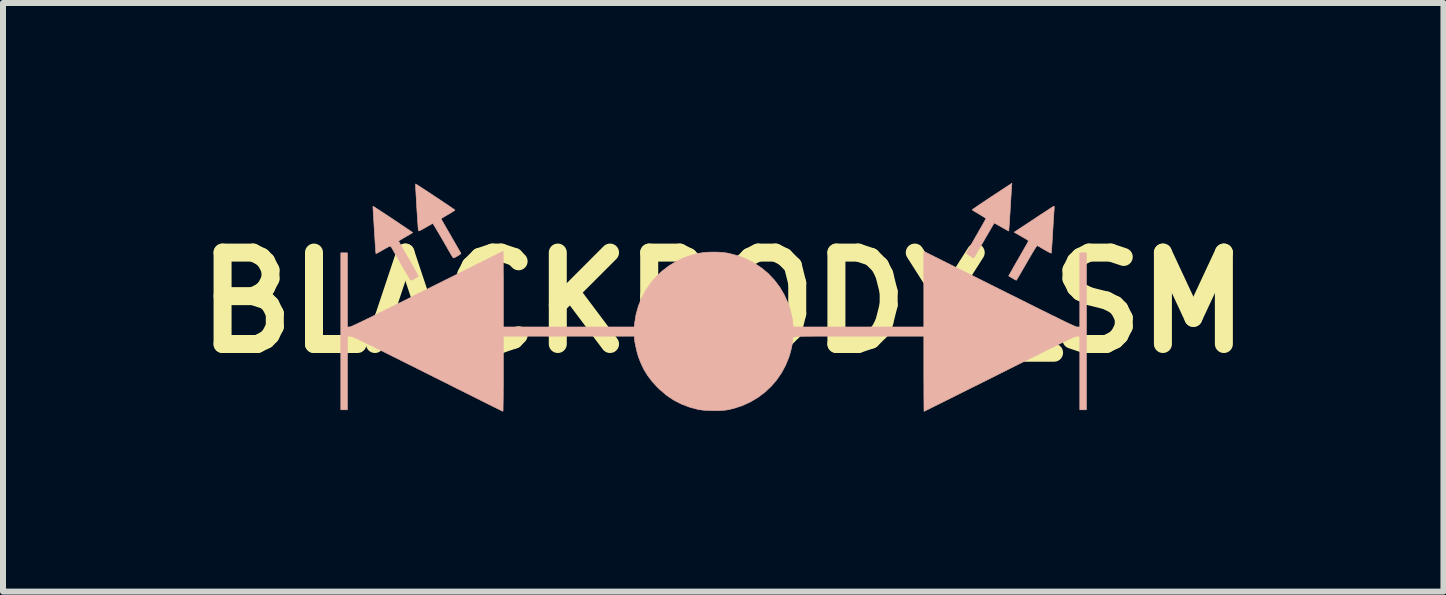
<source format=kicad_pcb>
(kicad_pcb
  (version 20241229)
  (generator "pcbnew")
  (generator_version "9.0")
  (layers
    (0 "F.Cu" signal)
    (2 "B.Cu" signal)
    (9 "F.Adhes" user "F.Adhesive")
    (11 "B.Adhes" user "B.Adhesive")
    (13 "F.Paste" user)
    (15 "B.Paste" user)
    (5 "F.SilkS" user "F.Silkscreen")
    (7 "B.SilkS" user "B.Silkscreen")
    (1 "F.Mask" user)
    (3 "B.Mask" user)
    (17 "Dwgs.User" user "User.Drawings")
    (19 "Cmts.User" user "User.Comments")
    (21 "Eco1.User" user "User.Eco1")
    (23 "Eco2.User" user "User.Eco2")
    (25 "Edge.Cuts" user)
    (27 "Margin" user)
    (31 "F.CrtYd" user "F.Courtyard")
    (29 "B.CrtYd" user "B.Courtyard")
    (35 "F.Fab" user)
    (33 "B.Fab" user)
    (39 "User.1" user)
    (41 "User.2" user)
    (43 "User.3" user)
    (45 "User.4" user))
  (footprint "BLACKBODY_SM"
    (layer "F.Cu")
    (at 9.006 1.995)
    (property "Reference" "BLACKBODY_SM" (at 0 0 0) (layer "F.SilkS") (effects (font (size 1.524 1.524) (thickness 0.3))))
    (attr through_hole)
    (fp_poly (pts (xy 4.807 -1.924) (xy 4.805 -1.901) (xy 4.803 -1.863) (xy 4.8 -1.813) (xy 4.796 -1.753) (xy 4.792 -1.685) (xy 4.788 -1.612) (xy 4.783 -1.536) (xy 4.783 -1.526) (xy 4.778 -1.453) (xy 4.774 -1.385) (xy 4.77 -1.325) (xy 4.766 -1.274) (xy 4.763 -1.234) (xy 4.761 -1.207) (xy 4.759 -1.194) (xy 4.758 -1.194) (xy 4.75 -1.198) (xy 4.729 -1.209) (xy 4.699 -1.226) (xy 4.662 -1.247) (xy 4.636 -1.262) (xy 4.596 -1.285) (xy 4.562 -1.304) (xy 4.536 -1.318) (xy 4.52 -1.326) (xy 4.516 -1.327) (xy 4.512 -1.32) (xy 4.5 -1.299) (xy 4.481 -1.267) (xy 4.457 -1.225) (xy 4.427 -1.174) (xy 4.394 -1.117) (xy 4.358 -1.055) (xy 4.348 -1.037) (xy 4.311 -0.974) (xy 4.277 -0.915) (xy 4.246 -0.863) (xy 4.22 -0.818) (xy 4.199 -0.783) (xy 4.184 -0.76) (xy 4.177 -0.748) (xy 4.176 -0.748) (xy 4.166 -0.751) (xy 4.146 -0.762) (xy 4.119 -0.777) (xy 4.111 -0.782) (xy 4.084 -0.799) (xy 4.064 -0.814) (xy 4.055 -0.824) (xy 4.054 -0.826) (xy 4.059 -0.835) (xy 4.071 -0.857) (xy 4.089 -0.89) (xy 4.114 -0.933) (xy 4.143 -0.984) (xy 4.176 -1.041) (xy 4.211 -1.104) (xy 4.217 -1.113) (xy 4.253 -1.176) (xy 4.286 -1.234) (xy 4.316 -1.286) (xy 4.341 -1.331) (xy 4.361 -1.366) (xy 4.374 -1.389) (xy 4.38 -1.4) (xy 4.38 -1.401) (xy 4.373 -1.408) (xy 4.355 -1.421) (xy 4.326 -1.439) (xy 4.29 -1.461) (xy 4.267 -1.475) (xy 4.228 -1.498) (xy 4.194 -1.518) (xy 4.169 -1.534) (xy 4.154 -1.545) (xy 4.151 -1.547) (xy 4.157 -1.553) (xy 4.177 -1.567) (xy 4.207 -1.589) (xy 4.248 -1.617) (xy 4.297 -1.65) (xy 4.354 -1.688) (xy 4.417 -1.73) (xy 4.48 -1.772) (xy 4.812 -1.99) (xy 4.807 -1.924)) (stroke (width 0.01) (type solid)) (fill yes) (layer "B.SilkS"))
    (fp_poly (pts (xy 5.515 -1.606) (xy 5.518 -1.597) (xy 5.518 -1.576) (xy 5.516 -1.544) (xy 5.514 -1.52) (xy 5.511 -1.482) (xy 5.508 -1.432) (xy 5.504 -1.371) (xy 5.5 -1.304) (xy 5.496 -1.231) (xy 5.491 -1.156) (xy 5.491 -1.153) (xy 5.487 -1.081) (xy 5.483 -1.014) (xy 5.479 -0.954) (xy 5.475 -0.904) (xy 5.472 -0.864) (xy 5.469 -0.837) (xy 5.468 -0.825) (xy 5.467 -0.825) (xy 5.459 -0.827) (xy 5.438 -0.837) (xy 5.409 -0.852) (xy 5.373 -0.872) (xy 5.362 -0.879) (xy 5.323 -0.901) (xy 5.289 -0.921) (xy 5.262 -0.937) (xy 5.245 -0.946) (xy 5.243 -0.947) (xy 5.238 -0.949) (xy 5.233 -0.947) (xy 5.226 -0.942) (xy 5.217 -0.93) (xy 5.204 -0.912) (xy 5.188 -0.886) (xy 5.166 -0.851) (xy 5.139 -0.805) (xy 5.105 -0.747) (xy 5.064 -0.676) (xy 5.058 -0.665) (xy 5.021 -0.601) (xy 4.986 -0.542) (xy 4.956 -0.489) (xy 4.929 -0.444) (xy 4.908 -0.409) (xy 4.894 -0.385) (xy 4.886 -0.373) (xy 4.885 -0.373) (xy 4.877 -0.377) (xy 4.857 -0.387) (xy 4.83 -0.403) (xy 4.822 -0.408) (xy 4.794 -0.424) (xy 4.772 -0.437) (xy 4.761 -0.444) (xy 4.76 -0.445) (xy 4.763 -0.453) (xy 4.774 -0.473) (xy 4.792 -0.505) (xy 4.816 -0.547) (xy 4.844 -0.598) (xy 4.877 -0.655) (xy 4.913 -0.717) (xy 4.923 -0.734) (xy 4.959 -0.798) (xy 4.993 -0.857) (xy 5.023 -0.91) (xy 5.049 -0.955) (xy 5.069 -0.991) (xy 5.082 -1.016) (xy 5.088 -1.028) (xy 5.088 -1.029) (xy 5.081 -1.037) (xy 5.063 -1.05) (xy 5.037 -1.067) (xy 5.027 -1.072) (xy 4.988 -1.095) (xy 4.945 -1.12) (xy 4.908 -1.141) (xy 4.85 -1.174) (xy 5.174 -1.388) (xy 5.24 -1.432) (xy 5.303 -1.473) (xy 5.36 -1.51) (xy 5.41 -1.543) (xy 5.451 -1.57) (xy 5.482 -1.59) (xy 5.502 -1.602) (xy 5.509 -1.606) (xy 5.515 -1.606)) (stroke (width 0.01) (type solid)) (fill yes) (layer "B.SilkS"))
    (fp_poly (pts (xy -5.831 -1.603) (xy -5.811 -1.591) (xy -5.781 -1.571) (xy -5.741 -1.546) (xy -5.695 -1.515) (xy -5.642 -1.481) (xy -5.586 -1.444) (xy -5.528 -1.405) (xy -5.469 -1.366) (xy -5.411 -1.327) (xy -5.356 -1.29) (xy -5.305 -1.256) (xy -5.261 -1.226) (xy -5.224 -1.201) (xy -5.197 -1.182) (xy -5.182 -1.171) (xy -5.178 -1.167) (xy -5.186 -1.162) (xy -5.206 -1.149) (xy -5.236 -1.131) (xy -5.273 -1.11) (xy -5.296 -1.097) (xy -5.335 -1.074) (xy -5.368 -1.054) (xy -5.394 -1.038) (xy -5.408 -1.028) (xy -5.41 -1.025) (xy -5.406 -1.016) (xy -5.394 -0.995) (xy -5.376 -0.962) (xy -5.352 -0.919) (xy -5.323 -0.868) (xy -5.29 -0.81) (xy -5.254 -0.748) (xy -5.245 -0.732) (xy -5.209 -0.669) (xy -5.175 -0.61) (xy -5.146 -0.558) (xy -5.121 -0.513) (xy -5.102 -0.477) (xy -5.089 -0.453) (xy -5.084 -0.441) (xy -5.084 -0.44) (xy -5.094 -0.432) (xy -5.114 -0.42) (xy -5.139 -0.405) (xy -5.166 -0.39) (xy -5.189 -0.379) (xy -5.203 -0.373) (xy -5.205 -0.373) (xy -5.211 -0.38) (xy -5.224 -0.4) (xy -5.244 -0.432) (xy -5.269 -0.473) (xy -5.299 -0.523) (xy -5.332 -0.58) (xy -5.367 -0.641) (xy -5.372 -0.65) (xy -5.408 -0.713) (xy -5.442 -0.771) (xy -5.473 -0.823) (xy -5.499 -0.868) (xy -5.52 -0.903) (xy -5.534 -0.927) (xy -5.541 -0.938) (xy -5.542 -0.938) (xy -5.548 -0.941) (xy -5.559 -0.939) (xy -5.578 -0.932) (xy -5.605 -0.918) (xy -5.644 -0.896) (xy -5.669 -0.882) (xy -5.709 -0.859) (xy -5.743 -0.84) (xy -5.77 -0.826) (xy -5.786 -0.818) (xy -5.789 -0.817) (xy -5.79 -0.825) (xy -5.792 -0.849) (xy -5.795 -0.885) (xy -5.798 -0.933) (xy -5.802 -0.989) (xy -5.806 -1.051) (xy -5.81 -1.119) (xy -5.815 -1.189) (xy -5.819 -1.26) (xy -5.823 -1.329) (xy -5.827 -1.395) (xy -5.831 -1.455) (xy -5.834 -1.509) (xy -5.836 -1.552) (xy -5.838 -1.584) (xy -5.839 -1.603) (xy -5.838 -1.606) (xy -5.831 -1.603)) (stroke (width 0.01) (type solid)) (fill yes) (layer "B.SilkS"))
    (fp_poly (pts (xy -5.121 -1.974) (xy -5.101 -1.962) (xy -5.071 -1.943) (xy -5.031 -1.917) (xy -4.985 -1.887) (xy -4.932 -1.853) (xy -4.876 -1.816) (xy -4.818 -1.777) (xy -4.759 -1.738) (xy -4.701 -1.7) (xy -4.647 -1.663) (xy -4.596 -1.629) (xy -4.553 -1.6) (xy -4.517 -1.575) (xy -4.49 -1.557) (xy -4.476 -1.546) (xy -4.473 -1.544) (xy -4.479 -1.537) (xy -4.498 -1.524) (xy -4.526 -1.506) (xy -4.562 -1.484) (xy -4.588 -1.469) (xy -4.628 -1.446) (xy -4.661 -1.426) (xy -4.687 -1.41) (xy -4.701 -1.4) (xy -4.704 -1.397) (xy -4.699 -1.389) (xy -4.687 -1.368) (xy -4.668 -1.335) (xy -4.644 -1.293) (xy -4.615 -1.242) (xy -4.582 -1.185) (xy -4.546 -1.123) (xy -4.538 -1.109) (xy -4.502 -1.046) (xy -4.468 -0.987) (xy -4.438 -0.935) (xy -4.412 -0.89) (xy -4.392 -0.855) (xy -4.378 -0.831) (xy -4.372 -0.82) (xy -4.372 -0.82) (xy -4.377 -0.813) (xy -4.393 -0.801) (xy -4.416 -0.786) (xy -4.442 -0.771) (xy -4.466 -0.757) (xy -4.485 -0.748) (xy -4.494 -0.745) (xy -4.504 -0.752) (xy -4.516 -0.768) (xy -4.519 -0.773) (xy -4.527 -0.786) (xy -4.542 -0.813) (xy -4.564 -0.85) (xy -4.591 -0.896) (xy -4.621 -0.95) (xy -4.655 -1.008) (xy -4.685 -1.06) (xy -4.72 -1.121) (xy -4.753 -1.176) (xy -4.782 -1.225) (xy -4.806 -1.265) (xy -4.825 -1.296) (xy -4.837 -1.315) (xy -4.842 -1.321) (xy -4.85 -1.317) (xy -4.871 -1.305) (xy -4.901 -1.288) (xy -4.938 -1.267) (xy -4.961 -1.254) (xy -5.006 -1.228) (xy -5.037 -1.211) (xy -5.059 -1.201) (xy -5.072 -1.197) (xy -5.079 -1.198) (xy -5.081 -1.201) (xy -5.083 -1.212) (xy -5.085 -1.237) (xy -5.088 -1.275) (xy -5.091 -1.323) (xy -5.095 -1.38) (xy -5.099 -1.443) (xy -5.104 -1.511) (xy -5.108 -1.581) (xy -5.112 -1.651) (xy -5.116 -1.719) (xy -5.12 -1.784) (xy -5.123 -1.842) (xy -5.126 -1.893) (xy -5.127 -1.934) (xy -5.128 -1.962) (xy -5.129 -1.977) (xy -5.128 -1.978) (xy -5.121 -1.974)) (stroke (width 0.01) (type solid)) (fill yes) (layer "B.SilkS"))
    (fp_poly (pts (xy -3.67 -0.847) (xy -3.669 -0.823) (xy -3.668 -0.785) (xy -3.668 -0.734) (xy -3.667 -0.671) (xy -3.667 -0.598) (xy -3.667 -0.515) (xy -3.666 -0.425) (xy -3.666 -0.329) (xy -3.666 -0.227) (xy -3.666 0.406) (xy -1.484 0.406) (xy -1.478 0.349) (xy -1.454 0.201) (xy -1.415 0.06) (xy -1.362 -0.075) (xy -1.294 -0.202) (xy -1.214 -0.32) (xy -1.122 -0.429) (xy -1.018 -0.527) (xy -0.904 -0.614) (xy -0.78 -0.689) (xy -0.647 -0.751) (xy -0.506 -0.799) (xy -0.404 -0.823) (xy -0.333 -0.834) (xy -0.251 -0.841) (xy -0.164 -0.843) (xy -0.077 -0.841) (xy 0.005 -0.835) (xy 0.077 -0.825) (xy 0.091 -0.822) (xy 0.241 -0.782) (xy 0.383 -0.728) (xy 0.515 -0.66) (xy 0.638 -0.579) (xy 0.749 -0.486) (xy 0.85 -0.38) (xy 0.939 -0.263) (xy 1.015 -0.135) (xy 1.078 0.003) (xy 1.081 0.011) (xy 1.101 0.068) (xy 1.12 0.133) (xy 1.136 0.2) (xy 1.149 0.262) (xy 1.156 0.309) (xy 1.159 0.341) (xy 1.163 0.369) (xy 1.165 0.383) (xy 1.17 0.406) (xy 3.344 0.406) (xy 3.344 -0.855) (xy 4.606 -0.224) (xy 4.77 -0.142) (xy 4.919 -0.068) (xy 5.055 -0.000199) (xy 5.177 0.061) (xy 5.287 0.116) (xy 5.386 0.164) (xy 5.473 0.208) (xy 5.55 0.245) (xy 5.617 0.278) (xy 5.675 0.307) (xy 5.725 0.331) (xy 5.767 0.351) (xy 5.802 0.367) (xy 5.831 0.38) (xy 5.854 0.39) (xy 5.872 0.397) (xy 5.886 0.402) (xy 5.896 0.405) (xy 5.903 0.406) (xy 5.906 0.406) (xy 5.944 0.406) (xy 5.944 -0.83) (xy 6.054 -0.83) (xy 6.054 1.786) (xy 5.944 1.786) (xy 5.944 0.559) (xy 5.901 0.559) (xy 5.895 0.559) (xy 5.887 0.561) (xy 5.877 0.563) (xy 5.864 0.568) (xy 5.848 0.574) (xy 5.827 0.583) (xy 5.801 0.595) (xy 5.769 0.609) (xy 5.731 0.627) (xy 5.686 0.649) (xy 5.633 0.675) (xy 5.571 0.705) (xy 5.501 0.739) (xy 5.42 0.779) (xy 5.329 0.825) (xy 5.226 0.876) (xy 5.112 0.933) (xy 4.984 0.996) (xy 4.844 1.066) (xy 4.689 1.144) (xy 4.606 1.185) (xy 4.469 1.254) (xy 4.337 1.32) (xy 4.209 1.384) (xy 4.087 1.444) (xy 3.972 1.502) (xy 3.864 1.556) (xy 3.764 1.606) (xy 3.673 1.651) (xy 3.591 1.692) (xy 3.52 1.727) (xy 3.46 1.757) (xy 3.412 1.781) (xy 3.377 1.798) (xy 3.356 1.809) (xy 3.349 1.812) (xy 3.348 1.804) (xy 3.347 1.78) (xy 3.347 1.742) (xy 3.346 1.69) (xy 3.346 1.628) (xy 3.345 1.555) (xy 3.345 1.472) (xy 3.345 1.382) (xy 3.344 1.286) (xy 3.344 1.185) (xy 3.344 0.559) (xy 2.257 0.559) (xy 2.098 0.559) (xy 1.955 0.559) (xy 1.827 0.559) (xy 1.713 0.559) (xy 1.613 0.559) (xy 1.526 0.559) (xy 1.45 0.56) (xy 1.386 0.56) (xy 1.331 0.561) (xy 1.286 0.562) (xy 1.249 0.564) (xy 1.22 0.566) (xy 1.198 0.569) (xy 1.181 0.572) (xy 1.17 0.575) (xy 1.163 0.579) (xy 1.159 0.584) (xy 1.158 0.589) (xy 1.158 0.595) (xy 1.159 0.602) (xy 1.16 0.61) (xy 1.16 0.614) (xy 1.157 0.647) (xy 1.15 0.691) (xy 1.14 0.743) (xy 1.127 0.799) (xy 1.112 0.854) (xy 1.097 0.902) (xy 1.042 1.039) (xy 0.973 1.169) (xy 0.891 1.288) (xy 0.797 1.398) (xy 0.691 1.496) (xy 0.575 1.583) (xy 0.449 1.657) (xy 0.315 1.718) (xy 0.172 1.764) (xy 0.088 1.784) (xy 0.035 1.792) (xy -0.031 1.797) (xy -0.104 1.8) (xy -0.181 1.8) (xy -0.257 1.797) (xy -0.328 1.793) (xy -0.39 1.785) (xy -0.42 1.78) (xy -0.565 1.741) (xy -0.7 1.689) (xy -0.826 1.624) (xy -0.944 1.545) (xy -1.055 1.45) (xy -1.093 1.414) (xy -1.184 1.315) (xy -1.261 1.214) (xy -1.326 1.107) (xy -1.379 0.993) (xy -1.415 0.898) (xy -1.428 0.853) (xy -1.442 0.802) (xy -1.454 0.747) (xy -1.466 0.692) (xy -1.475 0.643) (xy -1.48 0.602) (xy -1.482 0.579) (xy -1.482 0.559) (xy -3.666 0.559) (xy -3.666 1.185) (xy -3.666 1.287) (xy -3.666 1.383) (xy -3.667 1.473) (xy -3.667 1.555) (xy -3.668 1.628) (xy -3.669 1.691) (xy -3.67 1.742) (xy -3.67 1.78) (xy -3.671 1.803) (xy -3.672 1.811) (xy -3.681 1.808) (xy -3.703 1.797) (xy -3.739 1.779) (xy -3.788 1.755) (xy -3.849 1.725) (xy -3.921 1.689) (xy -4.003 1.648) (xy -4.095 1.602) (xy -4.195 1.552) (xy -4.304 1.497) (xy -4.42 1.44) (xy -4.542 1.378) (xy -4.67 1.314) (xy -4.802 1.248) (xy -4.928 1.185) (xy -5.089 1.104) (xy -5.236 1.031) (xy -5.37 0.964) (xy -5.49 0.904) (xy -5.598 0.85) (xy -5.694 0.802) (xy -5.78 0.76) (xy -5.855 0.722) (xy -5.921 0.69) (xy -5.978 0.662) (xy -6.027 0.639) (xy -6.068 0.619) (xy -6.103 0.603) (xy -6.131 0.59) (xy -6.155 0.58) (xy -6.173 0.572) (xy -6.188 0.566) (xy -6.2 0.563) (xy -6.209 0.561) (xy -6.216 0.559) (xy -6.221 0.559) (xy -6.265 0.559) (xy -6.265 1.786) (xy -6.375 1.786) (xy -6.375 -0.83) (xy -6.265 -0.83) (xy -6.265 0.406) (xy -6.231 0.406) (xy -6.225 0.405) (xy -6.214 0.402) (xy -6.198 0.396) (xy -6.176 0.387) (xy -6.149 0.374) (xy -6.114 0.358) (xy -6.072 0.338) (xy -6.021 0.314) (xy -5.962 0.285) (xy -5.893 0.252) (xy -5.815 0.213) (xy -5.725 0.169) (xy -5.625 0.119) (xy -5.512 0.063) (xy -5.387 0.001) (xy -5.248 -0.068) (xy -5.096 -0.145) (xy -4.936 -0.224) (xy -4.799 -0.293) (xy -4.666 -0.359) (xy -4.538 -0.423) (xy -4.416 -0.484) (xy -4.3 -0.542) (xy -4.191 -0.596) (xy -4.091 -0.647) (xy -3.999 -0.692) (xy -3.917 -0.733) (xy -3.845 -0.769) (xy -3.784 -0.799) (xy -3.736 -0.823) (xy -3.7 -0.841) (xy -3.678 -0.851) (xy -3.67 -0.855) (xy -3.67 -0.847)) (stroke (width 0.01) (type solid)) (fill yes) (layer "B.SilkS")))
  (gr_rect
    (start -3 -3)
    (end 21.012 6.812)
    (stroke (width 0.1) (type default))
    (fill no)
    (layer "Edge.Cuts")))
</source>
